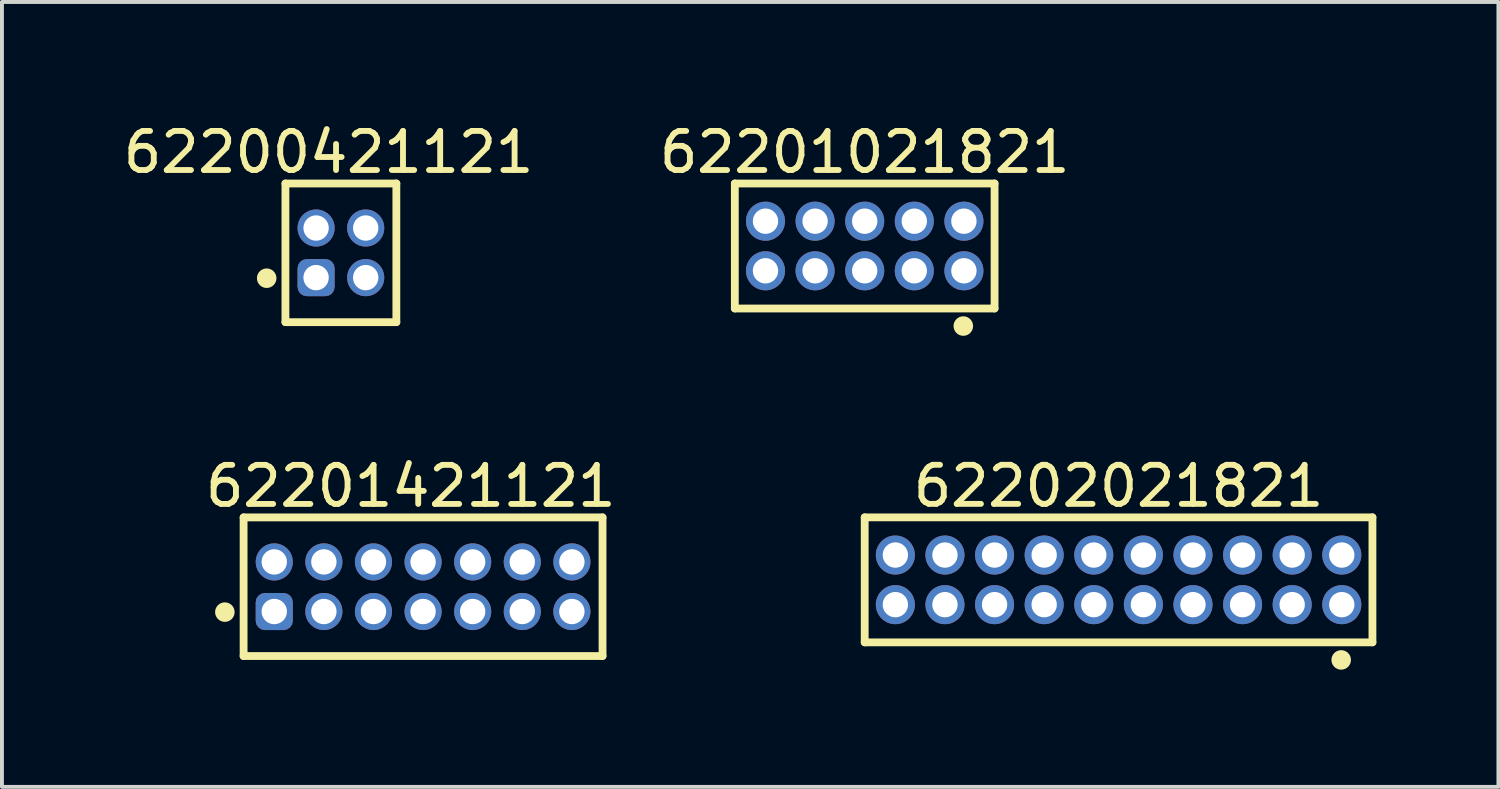
<source format=kicad_pcb>
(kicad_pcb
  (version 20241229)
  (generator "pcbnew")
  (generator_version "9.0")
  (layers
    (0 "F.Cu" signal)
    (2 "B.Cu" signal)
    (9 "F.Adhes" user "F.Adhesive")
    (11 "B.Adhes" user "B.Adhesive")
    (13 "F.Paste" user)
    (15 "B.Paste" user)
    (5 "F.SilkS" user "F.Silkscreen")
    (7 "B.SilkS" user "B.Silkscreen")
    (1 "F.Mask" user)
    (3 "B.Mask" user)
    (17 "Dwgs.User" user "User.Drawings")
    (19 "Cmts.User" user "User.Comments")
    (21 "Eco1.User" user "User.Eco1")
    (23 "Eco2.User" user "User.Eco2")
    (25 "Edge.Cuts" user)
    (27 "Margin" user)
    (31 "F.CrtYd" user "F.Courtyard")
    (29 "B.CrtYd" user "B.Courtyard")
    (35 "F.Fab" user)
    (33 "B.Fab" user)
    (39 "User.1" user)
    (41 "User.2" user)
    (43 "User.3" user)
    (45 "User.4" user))
  (footprint "62201421121"
    (layer "F.Cu")
    (at 7.782 11.972)
    (property "Reference" "62201421121" (at -0.315 -2.575 0) (layer "F.SilkS") (effects (font (size 1 1) (thickness 0.15))))
    (fp_line (start -4.595 -1.775) (end 4.595 -1.775) (stroke (width 0.2) (type solid)) (layer "F.SilkS"))
    (fp_line (start -4.595 1.775) (end -4.595 -1.775) (stroke (width 0.2) (type solid)) (layer "F.SilkS"))
    (fp_line (start -4.595 1.775) (end 4.595 1.775) (stroke (width 0.2) (type solid)) (layer "F.SilkS"))
    (fp_line (start 4.595 1.775) (end 4.595 -1.775) (stroke (width 0.2) (type solid)) (layer "F.SilkS"))
    (fp_circle (center -5.075 0.65) (end -5.075 0.525) (stroke (width 0.25) (type solid)) (fill no) (layer "F.SilkS"))
    (fp_line (start -4.795 -1.975) (end 4.795 -1.975) (stroke (width 0.05) (type solid)) (layer "Eco2.User"))
    (fp_line (start -4.795 1.975) (end -4.795 -1.975) (stroke (width 0.05) (type solid)) (layer "Eco2.User"))
    (fp_line (start -4.795 1.975) (end 4.795 1.975) (stroke (width 0.05) (type solid)) (layer "Eco2.User"))
    (fp_line (start -4.445 -1.7) (end 4.445 -1.7) (stroke (width 0.1) (type solid)) (layer "Eco2.User"))
    (fp_line (start -4.445 1.7) (end -4.445 -1.7) (stroke (width 0.1) (type solid)) (layer "Eco2.User"))
    (fp_line (start -4.445 1.7) (end 4.445 1.7) (stroke (width 0.1) (type solid)) (layer "Eco2.User"))
    (fp_line (start -0.5 0) (end 0.5 0) (stroke (width 0.05) (type solid)) (layer "Eco2.User"))
    (fp_line (start 0 0.5) (end 0 -0.5) (stroke (width 0.05) (type solid)) (layer "Eco2.User"))
    (fp_line (start 4.445 1.7) (end 4.445 -1.7) (stroke (width 0.1) (type solid)) (layer "Eco2.User"))
    (fp_line (start 4.795 1.975) (end 4.795 -1.975) (stroke (width 0.05) (type solid)) (layer "Eco2.User"))
    (fp_text user "${REFERENCE}" (at 0.15 -0.197 0) (unlocked yes) (layer "User.3") (effects (font (size 1.5 1.5) (thickness 0.15))))
    (pad "1" thru_hole roundrect (at -3.81 0.635) (size 0.95 0.95) (drill 0.65) (layers "*.Cu" "*.Mask") (roundrect_rratio 0.25))
    (pad "2" thru_hole circle (at -3.81 -0.635) (size 0.95 0.95) (drill 0.65) (layers "*.Cu" "*.Mask"))
    (pad "3" thru_hole circle (at -2.54 0.635) (size 0.95 0.95) (drill 0.65) (layers "*.Cu" "*.Mask"))
    (pad "4" thru_hole circle (at -2.54 -0.635) (size 0.95 0.95) (drill 0.65) (layers "*.Cu" "*.Mask"))
    (pad "5" thru_hole circle (at -1.27 0.635) (size 0.95 0.95) (drill 0.65) (layers "*.Cu" "*.Mask"))
    (pad "6" thru_hole circle (at -1.27 -0.635) (size 0.95 0.95) (drill 0.65) (layers "*.Cu" "*.Mask"))
    (pad "7" thru_hole circle (at 0 0.635) (size 0.95 0.95) (drill 0.65) (layers "*.Cu" "*.Mask"))
    (pad "8" thru_hole circle (at 0 -0.635) (size 0.95 0.95) (drill 0.65) (layers "*.Cu" "*.Mask"))
    (pad "9" thru_hole circle (at 1.27 0.635) (size 0.95 0.95) (drill 0.65) (layers "*.Cu" "*.Mask"))
    (pad "10" thru_hole circle (at 1.27 -0.635) (size 0.95 0.95) (drill 0.65) (layers "*.Cu" "*.Mask"))
    (pad "11" thru_hole circle (at 2.54 0.635) (size 0.95 0.95) (drill 0.65) (layers "*.Cu" "*.Mask"))
    (pad "12" thru_hole circle (at 2.54 -0.635) (size 0.95 0.95) (drill 0.65) (layers "*.Cu" "*.Mask"))
    (pad "13" thru_hole circle (at 3.81 0.635) (size 0.95 0.95) (drill 0.65) (layers "*.Cu" "*.Mask"))
    (pad "14" thru_hole circle (at 3.81 -0.635) (size 0.95 0.95) (drill 0.65) (layers "*.Cu" "*.Mask")))
  (footprint "62202021821"
    (layer "F.Cu")
    (at 25.589 11.796)
    (property "Reference" "62202021821" (at 0 -2.4 0) (layer "F.SilkS") (effects (font (size 1 1) (thickness 0.15))))
    (fp_line (start -6.5 -1.6) (end 6.5 -1.6) (stroke (width 0.2) (type solid)) (layer "F.SilkS"))
    (fp_line (start -6.5 1.6) (end -6.5 -1.6) (stroke (width 0.2) (type solid)) (layer "F.SilkS"))
    (fp_line (start -6.5 1.6) (end 6.5 1.6) (stroke (width 0.2) (type solid)) (layer "F.SilkS"))
    (fp_line (start 6.5 1.6) (end 6.5 -1.6) (stroke (width 0.2) (type solid)) (layer "F.SilkS"))
    (fp_circle (center 5.7 2.05) (end 5.7 1.925) (stroke (width 0.25) (type solid)) (fill no) (layer "F.SilkS"))
    (fp_line (start -6.7 -1.8) (end 6.7 -1.8) (stroke (width 0.05) (type solid)) (layer "Eco2.User"))
    (fp_line (start -6.7 1.8) (end -6.7 -1.8) (stroke (width 0.05) (type solid)) (layer "Eco2.User"))
    (fp_line (start -6.7 1.8) (end 6.7 1.8) (stroke (width 0.05) (type solid)) (layer "Eco2.User"))
    (fp_line (start -6.35 -1.5) (end 6.35 -1.5) (stroke (width 0.1) (type solid)) (layer "Eco2.User"))
    (fp_line (start -6.35 1.5) (end -6.35 -1.5) (stroke (width 0.1) (type solid)) (layer "Eco2.User"))
    (fp_line (start -6.35 1.5) (end 6.35 1.5) (stroke (width 0.1) (type solid)) (layer "Eco2.User"))
    (fp_line (start -0.5 0) (end 0.5 0) (stroke (width 0.05) (type solid)) (layer "Eco2.User"))
    (fp_line (start 0 0.5) (end 0 -0.5) (stroke (width 0.05) (type solid)) (layer "Eco2.User"))
    (fp_line (start 6.35 1.5) (end 6.35 -1.5) (stroke (width 0.1) (type solid)) (layer "Eco2.User"))
    (fp_line (start 6.7 1.8) (end 6.7 -1.8) (stroke (width 0.05) (type solid)) (layer "Eco2.User"))
    (fp_text user "${REFERENCE}" (at 0.1 -0.131 0) (unlocked yes) (layer "User.3") (effects (font (size 1 1) (thickness 0.1))))
    (pad "1" thru_hole circle (at 5.715 0.635 180) (size 1 1) (drill 0.65) (layers "*.Cu" "*.Mask"))
    (pad "2" thru_hole circle (at 5.715 -0.635 180) (size 1 1) (drill 0.65) (layers "*.Cu" "*.Mask"))
    (pad "3" thru_hole circle (at 4.445 0.635 180) (size 1 1) (drill 0.65) (layers "*.Cu" "*.Mask"))
    (pad "4" thru_hole circle (at 4.445 -0.635 180) (size 1 1) (drill 0.65) (layers "*.Cu" "*.Mask"))
    (pad "5" thru_hole circle (at 3.175 0.635 180) (size 1 1) (drill 0.65) (layers "*.Cu" "*.Mask"))
    (pad "6" thru_hole circle (at 3.175 -0.635 180) (size 1 1) (drill 0.65) (layers "*.Cu" "*.Mask"))
    (pad "7" thru_hole circle (at 1.905 0.635 180) (size 1 1) (drill 0.65) (layers "*.Cu" "*.Mask"))
    (pad "8" thru_hole circle (at 1.905 -0.635 180) (size 1 1) (drill 0.65) (layers "*.Cu" "*.Mask"))
    (pad "9" thru_hole circle (at 0.635 0.635 180) (size 1 1) (drill 0.65) (layers "*.Cu" "*.Mask"))
    (pad "10" thru_hole circle (at 0.635 -0.635 180) (size 1 1) (drill 0.65) (layers "*.Cu" "*.Mask"))
    (pad "11" thru_hole circle (at -0.635 0.635 180) (size 1 1) (drill 0.65) (layers "*.Cu" "*.Mask"))
    (pad "12" thru_hole circle (at -0.635 -0.635 180) (size 1 1) (drill 0.65) (layers "*.Cu" "*.Mask"))
    (pad "13" thru_hole circle (at -1.905 0.635 180) (size 1 1) (drill 0.65) (layers "*.Cu" "*.Mask"))
    (pad "14" thru_hole circle (at -1.905 -0.635 180) (size 1 1) (drill 0.65) (layers "*.Cu" "*.Mask"))
    (pad "15" thru_hole circle (at -3.175 0.635 180) (size 1 1) (drill 0.65) (layers "*.Cu" "*.Mask"))
    (pad "16" thru_hole circle (at -3.175 -0.635 180) (size 1 1) (drill 0.65) (layers "*.Cu" "*.Mask"))
    (pad "17" thru_hole circle (at -4.445 0.635 180) (size 1 1) (drill 0.65) (layers "*.Cu" "*.Mask"))
    (pad "18" thru_hole circle (at -4.445 -0.635 180) (size 1 1) (drill 0.65) (layers "*.Cu" "*.Mask"))
    (pad "19" thru_hole circle (at -5.715 0.635 180) (size 1 1) (drill 0.65) (layers "*.Cu" "*.Mask"))
    (pad "20" thru_hole circle (at -5.715 -0.635 180) (size 1 1) (drill 0.65) (layers "*.Cu" "*.Mask")))
  (footprint "62200421121"
    (layer "F.Cu")
    (at 5.678 3.423)
    (property "Reference" "62200421121" (at -0.315 -2.575 0) (layer "F.SilkS") (effects (font (size 1 1) (thickness 0.15))))
    (fp_line (start -1.42 -1.775) (end 1.42 -1.775) (stroke (width 0.2) (type solid)) (layer "F.SilkS"))
    (fp_line (start -1.42 1.775) (end -1.42 -1.775) (stroke (width 0.2) (type solid)) (layer "F.SilkS"))
    (fp_line (start -1.42 1.775) (end 1.42 1.775) (stroke (width 0.2) (type solid)) (layer "F.SilkS"))
    (fp_line (start 1.42 1.775) (end 1.42 -1.775) (stroke (width 0.2) (type solid)) (layer "F.SilkS"))
    (fp_circle (center -1.9 0.65) (end -1.9 0.525) (stroke (width 0.25) (type solid)) (fill no) (layer "F.SilkS"))
    (fp_line (start -1.62 -1.975) (end 1.62 -1.975) (stroke (width 0.05) (type solid)) (layer "Eco2.User"))
    (fp_line (start -1.62 1.975) (end -1.62 -1.975) (stroke (width 0.05) (type solid)) (layer "Eco2.User"))
    (fp_line (start -1.62 1.975) (end 1.62 1.975) (stroke (width 0.05) (type solid)) (layer "Eco2.User"))
    (fp_line (start -1.27 -1.7) (end 1.27 -1.7) (stroke (width 0.1) (type solid)) (layer "Eco2.User"))
    (fp_line (start -1.27 1.7) (end -1.27 -1.7) (stroke (width 0.1) (type solid)) (layer "Eco2.User"))
    (fp_line (start -1.27 1.7) (end 1.27 1.7) (stroke (width 0.1) (type solid)) (layer "Eco2.User"))
    (fp_line (start -0.5 0) (end 0.5 0) (stroke (width 0.05) (type solid)) (layer "Eco2.User"))
    (fp_line (start 0 0.5) (end 0 -0.5) (stroke (width 0.05) (type solid)) (layer "Eco2.User"))
    (fp_line (start 1.27 1.7) (end 1.27 -1.7) (stroke (width 0.1) (type solid)) (layer "Eco2.User"))
    (fp_line (start 1.62 1.975) (end 1.62 -1.975) (stroke (width 0.05) (type solid)) (layer "Eco2.User"))
    (fp_text user "${REFERENCE}" (at 0.07 -0.092 0) (unlocked yes) (layer "User.3") (effects (font (size 0.7 0.7) (thickness 0.07))))
    (pad "1" thru_hole roundrect (at -0.635 0.635) (size 0.95 0.95) (drill 0.65) (layers "*.Cu" "*.Mask") (roundrect_rratio 0.25))
    (pad "2" thru_hole circle (at -0.635 -0.635) (size 0.95 0.95) (drill 0.65) (layers "*.Cu" "*.Mask"))
    (pad "3" thru_hole circle (at 0.635 0.635) (size 0.95 0.95) (drill 0.65) (layers "*.Cu" "*.Mask"))
    (pad "4" thru_hole circle (at 0.635 -0.635) (size 0.95 0.95) (drill 0.65) (layers "*.Cu" "*.Mask")))
  (footprint "62201021821"
    (layer "F.Cu")
    (at 19.089 3.248)
    (property "Reference" "62201021821" (at 0 -2.4 0) (layer "F.SilkS") (effects (font (size 1 1) (thickness 0.15))))
    (fp_line (start -3.325 -1.6) (end 3.325 -1.6) (stroke (width 0.2) (type solid)) (layer "F.SilkS"))
    (fp_line (start -3.325 1.6) (end -3.325 -1.6) (stroke (width 0.2) (type solid)) (layer "F.SilkS"))
    (fp_line (start -3.325 1.6) (end 3.325 1.6) (stroke (width 0.2) (type solid)) (layer "F.SilkS"))
    (fp_line (start 3.325 1.6) (end 3.325 -1.6) (stroke (width 0.2) (type solid)) (layer "F.SilkS"))
    (fp_circle (center 2.525 2.05) (end 2.525 1.925) (stroke (width 0.25) (type solid)) (fill no) (layer "F.SilkS"))
    (fp_line (start -3.525 -1.8) (end 3.525 -1.8) (stroke (width 0.05) (type solid)) (layer "Eco2.User"))
    (fp_line (start -3.525 1.8) (end -3.525 -1.8) (stroke (width 0.05) (type solid)) (layer "Eco2.User"))
    (fp_line (start -3.525 1.8) (end 3.525 1.8) (stroke (width 0.05) (type solid)) (layer "Eco2.User"))
    (fp_line (start -3.175 -1.5) (end 3.175 -1.5) (stroke (width 0.1) (type solid)) (layer "Eco2.User"))
    (fp_line (start -3.175 1.5) (end -3.175 -1.5) (stroke (width 0.1) (type solid)) (layer "Eco2.User"))
    (fp_line (start -3.175 1.5) (end 3.175 1.5) (stroke (width 0.1) (type solid)) (layer "Eco2.User"))
    (fp_line (start -0.5 0) (end 0.5 0) (stroke (width 0.05) (type solid)) (layer "Eco2.User"))
    (fp_line (start 0 0.5) (end 0 -0.5) (stroke (width 0.05) (type solid)) (layer "Eco2.User"))
    (fp_line (start 3.175 1.5) (end 3.175 -1.5) (stroke (width 0.1) (type solid)) (layer "Eco2.User"))
    (fp_line (start 3.525 1.8) (end 3.525 -1.8) (stroke (width 0.05) (type solid)) (layer "Eco2.User"))
    (fp_text user "${REFERENCE}" (at 0.1 -0.131 0) (unlocked yes) (layer "User.3") (effects (font (size 1 1) (thickness 0.1))))
    (pad "1" thru_hole circle (at 2.54 0.635 180) (size 1 1) (drill 0.65) (layers "*.Cu" "*.Mask"))
    (pad "2" thru_hole circle (at 2.54 -0.635 180) (size 1 1) (drill 0.65) (layers "*.Cu" "*.Mask"))
    (pad "3" thru_hole circle (at 1.27 0.635 180) (size 1 1) (drill 0.65) (layers "*.Cu" "*.Mask"))
    (pad "4" thru_hole circle (at 1.27 -0.635 180) (size 1 1) (drill 0.65) (layers "*.Cu" "*.Mask"))
    (pad "5" thru_hole circle (at 0 0.635 180) (size 1 1) (drill 0.65) (layers "*.Cu" "*.Mask"))
    (pad "6" thru_hole circle (at 0 -0.635 180) (size 1 1) (drill 0.65) (layers "*.Cu" "*.Mask"))
    (pad "7" thru_hole circle (at -1.27 0.635 180) (size 1 1) (drill 0.65) (layers "*.Cu" "*.Mask"))
    (pad "8" thru_hole circle (at -1.27 -0.635 180) (size 1 1) (drill 0.65) (layers "*.Cu" "*.Mask"))
    (pad "9" thru_hole circle (at -2.54 0.635 180) (size 1 1) (drill 0.65) (layers "*.Cu" "*.Mask"))
    (pad "10" thru_hole circle (at -2.54 -0.635 180) (size 1 1) (drill 0.65) (layers "*.Cu" "*.Mask")))
  (gr_rect
    (start -3 -3)
    (end 35.314 17.096)
    (stroke (width 0.1) (type default))
    (fill no)
    (layer "Edge.Cuts")))
</source>
